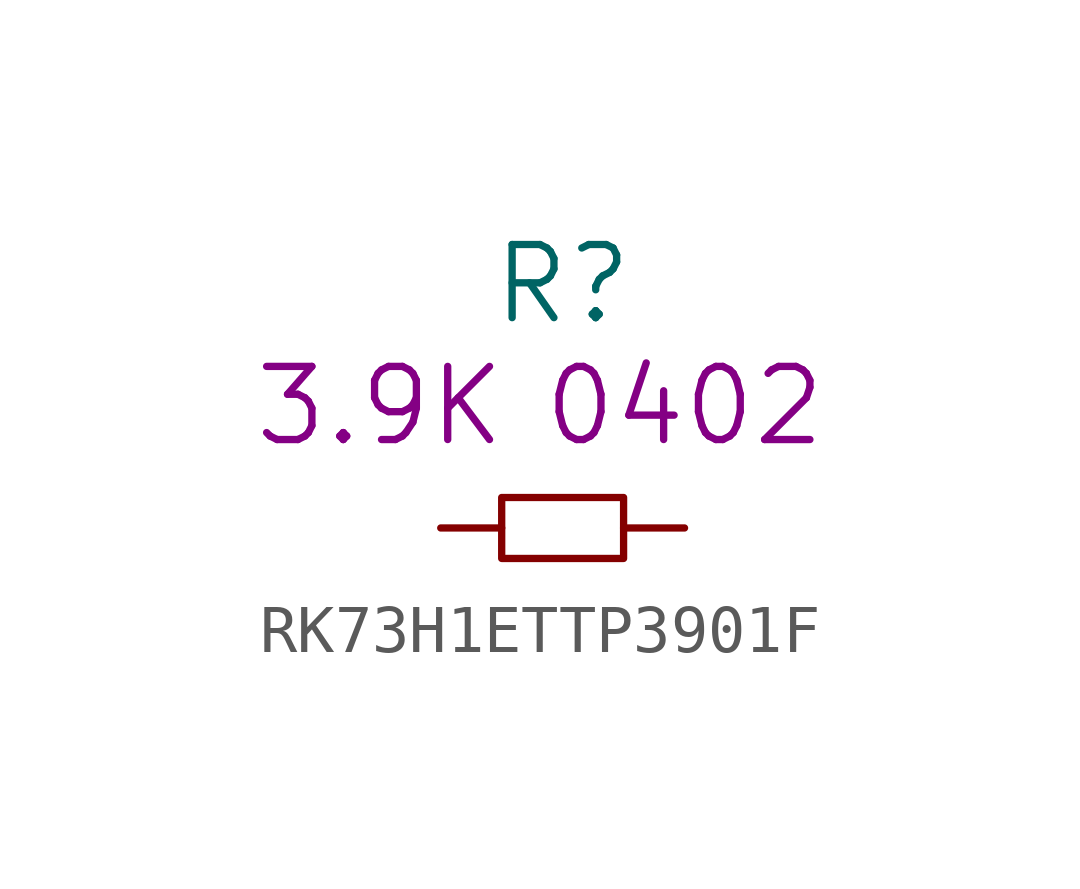
<source format=kicad_sym>
(kicad_symbol_lib
  (version 20220914)
  (generator kicad_symbol_editor)
  (symbol "RK73H1ETTP3901F"
    (pin_numbers hide)
    (pin_names
      (offset 1.016) hide)
    (property "Reference" "R"
      (at 0 5.08 0)
      (effects (font (size 1.524 1.524))))
    (property "Size" "0402"
      (at 2.54 2.54 0)
      (effects (font (size 1.524 1.524))))
    (property "Value2" "3.9K"
      (at -3.81 2.54 0)
      (effects (font (size 1.524 1.524))))
    (symbol "RK73H1ETTP3901F_0_1"
      (rectangle (start -1.27 0.635) (end 1.27 -0.635) (stroke (width 0) (type solid)) (fill (type none))))
    (symbol "RK73H1ETTP3901F_1_1"
      (pin passive line (at -2.54 0 0) (length 1.27) (name "1" (effects (font (size 1.27 1.27)))) (number "1" (effects (font (size 1.27 1.27)))))
      (pin passive line (at 2.54 0 180) (length 1.27) (name "2" (effects (font (size 1.27 1.27)))) (number "2" (effects (font (size 1.27 1.27))))))))
</source>
